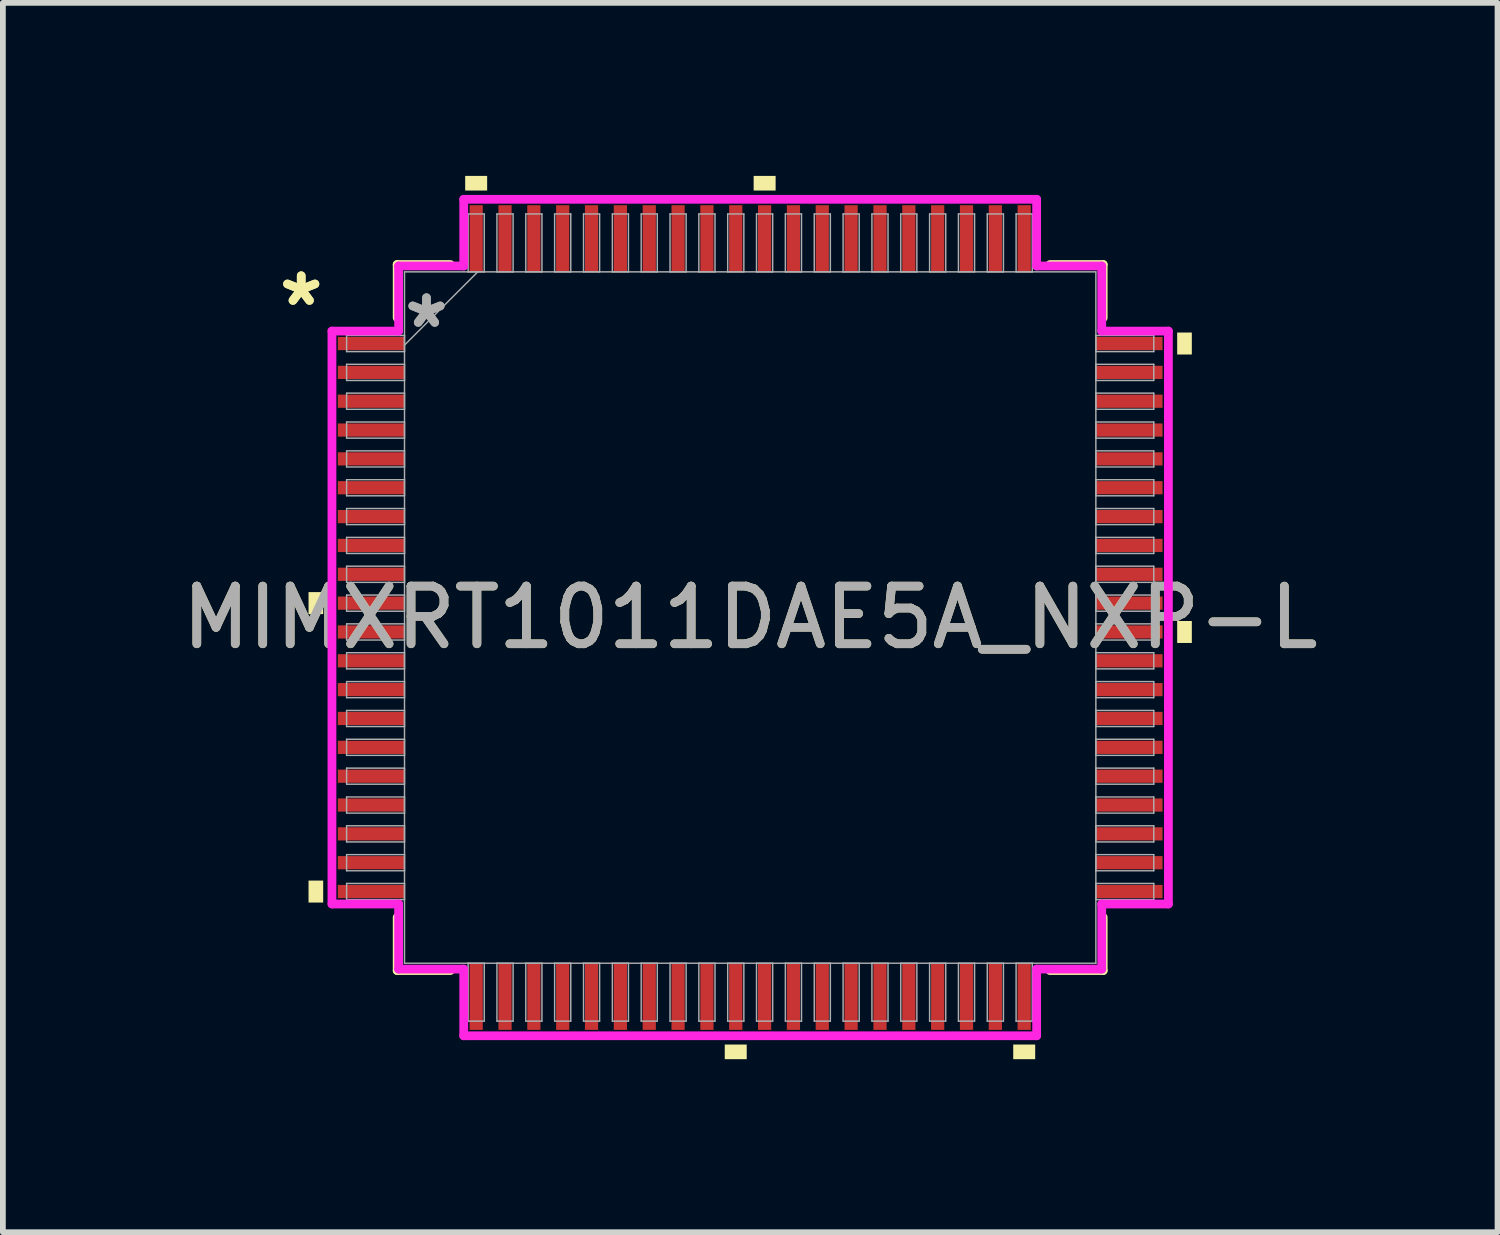
<source format=kicad_pcb>
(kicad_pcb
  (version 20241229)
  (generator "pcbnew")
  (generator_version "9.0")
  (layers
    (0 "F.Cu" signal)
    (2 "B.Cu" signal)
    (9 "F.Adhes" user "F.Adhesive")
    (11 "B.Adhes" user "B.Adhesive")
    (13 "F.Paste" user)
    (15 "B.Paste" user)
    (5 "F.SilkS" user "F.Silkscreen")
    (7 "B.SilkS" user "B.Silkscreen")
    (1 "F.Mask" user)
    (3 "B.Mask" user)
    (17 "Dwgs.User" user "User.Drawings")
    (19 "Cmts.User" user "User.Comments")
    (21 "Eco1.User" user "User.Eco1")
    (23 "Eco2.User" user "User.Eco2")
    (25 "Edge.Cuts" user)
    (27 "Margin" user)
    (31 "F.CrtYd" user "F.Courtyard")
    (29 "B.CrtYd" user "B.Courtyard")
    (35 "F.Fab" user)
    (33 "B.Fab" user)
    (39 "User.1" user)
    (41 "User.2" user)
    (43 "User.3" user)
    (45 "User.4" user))
  (footprint "MIMXRT1011DAE5A_NXP-L"
    (layer "F.Cu")
    (at 9.958 7.658)
    (property "Reference" "MIMXRT1011DAE5A_NXP-L" (at 0 0 0) (unlocked yes) (layer "F.SilkS") (effects (font (size 1 1) (thickness 0.15))))
    (attr smd)
    (fp_line (start -6.121 -6.121) (end -6.121 -5.198) (stroke (width 0.152) (type solid)) (layer "F.SilkS"))
    (fp_line (start -6.121 5.198) (end -6.121 6.121) (stroke (width 0.152) (type solid)) (layer "F.SilkS"))
    (fp_line (start -6.121 6.121) (end -5.198 6.121) (stroke (width 0.152) (type solid)) (layer "F.SilkS"))
    (fp_line (start -5.198 -6.121) (end -6.121 -6.121) (stroke (width 0.152) (type solid)) (layer "F.SilkS"))
    (fp_line (start 5.198 6.121) (end 6.121 6.121) (stroke (width 0.152) (type solid)) (layer "F.SilkS"))
    (fp_line (start 6.121 -6.121) (end 5.198 -6.121) (stroke (width 0.152) (type solid)) (layer "F.SilkS"))
    (fp_line (start 6.121 -5.198) (end 6.121 -6.121) (stroke (width 0.152) (type solid)) (layer "F.SilkS"))
    (fp_line (start 6.121 6.121) (end 6.121 5.198) (stroke (width 0.152) (type solid)) (layer "F.SilkS"))
    (fp_poly (pts (xy -7.658 -0.441) (xy -7.658 -0.06) (xy -7.404 -0.06) (xy -7.404 -0.441)) (stroke (width 0) (type solid)) (fill yes) (layer "F.SilkS"))
    (fp_poly (pts (xy -7.658 4.561) (xy -7.658 4.942) (xy -7.404 4.942) (xy -7.404 4.561)) (stroke (width 0) (type solid)) (fill yes) (layer "F.SilkS"))
    (fp_poly (pts (xy -4.942 -7.404) (xy -4.942 -7.658) (xy -4.561 -7.658) (xy -4.561 -7.404)) (stroke (width 0) (type solid)) (fill yes) (layer "F.SilkS"))
    (fp_poly (pts (xy -0.441 7.404) (xy -0.441 7.658) (xy -0.06 7.658) (xy -0.06 7.404)) (stroke (width 0) (type solid)) (fill yes) (layer "F.SilkS"))
    (fp_poly (pts (xy 0.06 -7.404) (xy 0.06 -7.658) (xy 0.441 -7.658) (xy 0.441 -7.404)) (stroke (width 0) (type solid)) (fill yes) (layer "F.SilkS"))
    (fp_poly (pts (xy 4.561 7.404) (xy 4.561 7.658) (xy 4.942 7.658) (xy 4.942 7.404)) (stroke (width 0) (type solid)) (fill yes) (layer "F.SilkS"))
    (fp_poly (pts (xy 7.658 -4.942) (xy 7.658 -4.561) (xy 7.404 -4.561) (xy 7.404 -4.942)) (stroke (width 0) (type solid)) (fill yes) (layer "F.SilkS"))
    (fp_poly (pts (xy 7.658 0.06) (xy 7.658 0.441) (xy 7.404 0.441) (xy 7.404 0.06)) (stroke (width 0) (type solid)) (fill yes) (layer "F.SilkS"))
    (fp_line (start -7.252 -4.967) (end -6.096 -4.967) (stroke (width 0.152) (type solid)) (layer "F.CrtYd"))
    (fp_line (start -7.252 4.967) (end -7.252 -4.967) (stroke (width 0.152) (type solid)) (layer "F.CrtYd"))
    (fp_line (start -6.096 -6.096) (end -4.967 -6.096) (stroke (width 0.152) (type solid)) (layer "F.CrtYd"))
    (fp_line (start -6.096 -4.967) (end -6.096 -6.096) (stroke (width 0.152) (type solid)) (layer "F.CrtYd"))
    (fp_line (start -6.096 4.967) (end -7.252 4.967) (stroke (width 0.152) (type solid)) (layer "F.CrtYd"))
    (fp_line (start -6.096 6.096) (end -6.096 4.967) (stroke (width 0.152) (type solid)) (layer "F.CrtYd"))
    (fp_line (start -6.096 6.096) (end -4.967 6.096) (stroke (width 0.152) (type solid)) (layer "F.CrtYd"))
    (fp_line (start -4.967 -7.252) (end 4.967 -7.252) (stroke (width 0.152) (type solid)) (layer "F.CrtYd"))
    (fp_line (start -4.967 -6.096) (end -4.967 -7.252) (stroke (width 0.152) (type solid)) (layer "F.CrtYd"))
    (fp_line (start -4.967 6.096) (end -4.967 7.252) (stroke (width 0.152) (type solid)) (layer "F.CrtYd"))
    (fp_line (start -4.967 7.252) (end 4.967 7.252) (stroke (width 0.152) (type solid)) (layer "F.CrtYd"))
    (fp_line (start 4.967 -7.252) (end 4.967 -6.096) (stroke (width 0.152) (type solid)) (layer "F.CrtYd"))
    (fp_line (start 4.967 -6.096) (end 6.096 -6.096) (stroke (width 0.152) (type solid)) (layer "F.CrtYd"))
    (fp_line (start 4.967 6.096) (end 6.096 6.096) (stroke (width 0.152) (type solid)) (layer "F.CrtYd"))
    (fp_line (start 4.967 7.252) (end 4.967 6.096) (stroke (width 0.152) (type solid)) (layer "F.CrtYd"))
    (fp_line (start 6.096 -4.967) (end 6.096 -6.096) (stroke (width 0.152) (type solid)) (layer "F.CrtYd"))
    (fp_line (start 6.096 4.967) (end 7.252 4.967) (stroke (width 0.152) (type solid)) (layer "F.CrtYd"))
    (fp_line (start 6.096 6.096) (end 6.096 4.967) (stroke (width 0.152) (type solid)) (layer "F.CrtYd"))
    (fp_line (start 7.252 -4.967) (end 6.096 -4.967) (stroke (width 0.152) (type solid)) (layer "F.CrtYd"))
    (fp_line (start 7.252 4.967) (end 7.252 -4.967) (stroke (width 0.152) (type solid)) (layer "F.CrtYd"))
    (fp_line (start -6.998 -4.891) (end -6.998 -4.611) (stroke (width 0.025) (type solid)) (layer "F.Fab"))
    (fp_line (start -6.998 -4.611) (end -5.994 -4.611) (stroke (width 0.025) (type solid)) (layer "F.Fab"))
    (fp_line (start -6.998 -4.391) (end -6.998 -4.111) (stroke (width 0.025) (type solid)) (layer "F.Fab"))
    (fp_line (start -6.998 -4.111) (end -5.994 -4.111) (stroke (width 0.025) (type solid)) (layer "F.Fab"))
    (fp_line (start -6.998 -3.891) (end -6.998 -3.611) (stroke (width 0.025) (type solid)) (layer "F.Fab"))
    (fp_line (start -6.998 -3.611) (end -5.994 -3.611) (stroke (width 0.025) (type solid)) (layer "F.Fab"))
    (fp_line (start -6.998 -3.391) (end -6.998 -3.111) (stroke (width 0.025) (type solid)) (layer "F.Fab"))
    (fp_line (start -6.998 -3.111) (end -5.994 -3.111) (stroke (width 0.025) (type solid)) (layer "F.Fab"))
    (fp_line (start -6.998 -2.89) (end -6.998 -2.611) (stroke (width 0.025) (type solid)) (layer "F.Fab"))
    (fp_line (start -6.998 -2.611) (end -5.994 -2.611) (stroke (width 0.025) (type solid)) (layer "F.Fab"))
    (fp_line (start -6.998 -2.39) (end -6.998 -2.111) (stroke (width 0.025) (type solid)) (layer "F.Fab"))
    (fp_line (start -6.998 -2.111) (end -5.994 -2.111) (stroke (width 0.025) (type solid)) (layer "F.Fab"))
    (fp_line (start -6.998 -1.89) (end -6.998 -1.611) (stroke (width 0.025) (type solid)) (layer "F.Fab"))
    (fp_line (start -6.998 -1.611) (end -5.994 -1.611) (stroke (width 0.025) (type solid)) (layer "F.Fab"))
    (fp_line (start -6.998 -1.39) (end -6.998 -1.111) (stroke (width 0.025) (type solid)) (layer "F.Fab"))
    (fp_line (start -6.998 -1.111) (end -5.994 -1.111) (stroke (width 0.025) (type solid)) (layer "F.Fab"))
    (fp_line (start -6.998 -0.89) (end -6.998 -0.61) (stroke (width 0.025) (type solid)) (layer "F.Fab"))
    (fp_line (start -6.998 -0.61) (end -5.994 -0.61) (stroke (width 0.025) (type solid)) (layer "F.Fab"))
    (fp_line (start -6.998 -0.39) (end -6.998 -0.11) (stroke (width 0.025) (type solid)) (layer "F.Fab"))
    (fp_line (start -6.998 -0.11) (end -5.994 -0.11) (stroke (width 0.025) (type solid)) (layer "F.Fab"))
    (fp_line (start -6.998 0.11) (end -6.998 0.39) (stroke (width 0.025) (type solid)) (layer "F.Fab"))
    (fp_line (start -6.998 0.39) (end -5.994 0.39) (stroke (width 0.025) (type solid)) (layer "F.Fab"))
    (fp_line (start -6.998 0.61) (end -6.998 0.89) (stroke (width 0.025) (type solid)) (layer "F.Fab"))
    (fp_line (start -6.998 0.89) (end -5.994 0.89) (stroke (width 0.025) (type solid)) (layer "F.Fab"))
    (fp_line (start -6.998 1.111) (end -6.998 1.39) (stroke (width 0.025) (type solid)) (layer "F.Fab"))
    (fp_line (start -6.998 1.39) (end -5.994 1.39) (stroke (width 0.025) (type solid)) (layer "F.Fab"))
    (fp_line (start -6.998 1.611) (end -6.998 1.89) (stroke (width 0.025) (type solid)) (layer "F.Fab"))
    (fp_line (start -6.998 1.89) (end -5.994 1.89) (stroke (width 0.025) (type solid)) (layer "F.Fab"))
    (fp_line (start -6.998 2.111) (end -6.998 2.39) (stroke (width 0.025) (type solid)) (layer "F.Fab"))
    (fp_line (start -6.998 2.39) (end -5.994 2.39) (stroke (width 0.025) (type solid)) (layer "F.Fab"))
    (fp_line (start -6.998 2.611) (end -6.998 2.89) (stroke (width 0.025) (type solid)) (layer "F.Fab"))
    (fp_line (start -6.998 2.89) (end -5.994 2.89) (stroke (width 0.025) (type solid)) (layer "F.Fab"))
    (fp_line (start -6.998 3.111) (end -6.998 3.391) (stroke (width 0.025) (type solid)) (layer "F.Fab"))
    (fp_line (start -6.998 3.391) (end -5.994 3.391) (stroke (width 0.025) (type solid)) (layer "F.Fab"))
    (fp_line (start -6.998 3.611) (end -6.998 3.891) (stroke (width 0.025) (type solid)) (layer "F.Fab"))
    (fp_line (start -6.998 3.891) (end -5.994 3.891) (stroke (width 0.025) (type solid)) (layer "F.Fab"))
    (fp_line (start -6.998 4.111) (end -6.998 4.391) (stroke (width 0.025) (type solid)) (layer "F.Fab"))
    (fp_line (start -6.998 4.391) (end -5.994 4.391) (stroke (width 0.025) (type solid)) (layer "F.Fab"))
    (fp_line (start -6.998 4.611) (end -6.998 4.891) (stroke (width 0.025) (type solid)) (layer "F.Fab"))
    (fp_line (start -6.998 4.891) (end -5.994 4.891) (stroke (width 0.025) (type solid)) (layer "F.Fab"))
    (fp_line (start -5.994 -5.994) (end -5.994 5.994) (stroke (width 0.025) (type solid)) (layer "F.Fab"))
    (fp_line (start -5.994 -4.891) (end -6.998 -4.891) (stroke (width 0.025) (type solid)) (layer "F.Fab"))
    (fp_line (start -5.994 -4.724) (end -4.724 -5.994) (stroke (width 0.025) (type solid)) (layer "F.Fab"))
    (fp_line (start -5.994 -4.611) (end -5.994 -4.891) (stroke (width 0.025) (type solid)) (layer "F.Fab"))
    (fp_line (start -5.994 -4.391) (end -6.998 -4.391) (stroke (width 0.025) (type solid)) (layer "F.Fab"))
    (fp_line (start -5.994 -4.111) (end -5.994 -4.391) (stroke (width 0.025) (type solid)) (layer "F.Fab"))
    (fp_line (start -5.994 -3.891) (end -6.998 -3.891) (stroke (width 0.025) (type solid)) (layer "F.Fab"))
    (fp_line (start -5.994 -3.611) (end -5.994 -3.891) (stroke (width 0.025) (type solid)) (layer "F.Fab"))
    (fp_line (start -5.994 -3.391) (end -6.998 -3.391) (stroke (width 0.025) (type solid)) (layer "F.Fab"))
    (fp_line (start -5.994 -3.111) (end -5.994 -3.391) (stroke (width 0.025) (type solid)) (layer "F.Fab"))
    (fp_line (start -5.994 -2.89) (end -6.998 -2.89) (stroke (width 0.025) (type solid)) (layer "F.Fab"))
    (fp_line (start -5.994 -2.611) (end -5.994 -2.89) (stroke (width 0.025) (type solid)) (layer "F.Fab"))
    (fp_line (start -5.994 -2.39) (end -6.998 -2.39) (stroke (width 0.025) (type solid)) (layer "F.Fab"))
    (fp_line (start -5.994 -2.111) (end -5.994 -2.39) (stroke (width 0.025) (type solid)) (layer "F.Fab"))
    (fp_line (start -5.994 -1.89) (end -6.998 -1.89) (stroke (width 0.025) (type solid)) (layer "F.Fab"))
    (fp_line (start -5.994 -1.611) (end -5.994 -1.89) (stroke (width 0.025) (type solid)) (layer "F.Fab"))
    (fp_line (start -5.994 -1.39) (end -6.998 -1.39) (stroke (width 0.025) (type solid)) (layer "F.Fab"))
    (fp_line (start -5.994 -1.111) (end -5.994 -1.39) (stroke (width 0.025) (type solid)) (layer "F.Fab"))
    (fp_line (start -5.994 -0.89) (end -6.998 -0.89) (stroke (width 0.025) (type solid)) (layer "F.Fab"))
    (fp_line (start -5.994 -0.61) (end -5.994 -0.89) (stroke (width 0.025) (type solid)) (layer "F.Fab"))
    (fp_line (start -5.994 -0.39) (end -6.998 -0.39) (stroke (width 0.025) (type solid)) (layer "F.Fab"))
    (fp_line (start -5.994 -0.11) (end -5.994 -0.39) (stroke (width 0.025) (type solid)) (layer "F.Fab"))
    (fp_line (start -5.994 0.11) (end -6.998 0.11) (stroke (width 0.025) (type solid)) (layer "F.Fab"))
    (fp_line (start -5.994 0.39) (end -5.994 0.11) (stroke (width 0.025) (type solid)) (layer "F.Fab"))
    (fp_line (start -5.994 0.61) (end -6.998 0.61) (stroke (width 0.025) (type solid)) (layer "F.Fab"))
    (fp_line (start -5.994 0.89) (end -5.994 0.61) (stroke (width 0.025) (type solid)) (layer "F.Fab"))
    (fp_line (start -5.994 1.111) (end -6.998 1.111) (stroke (width 0.025) (type solid)) (layer "F.Fab"))
    (fp_line (start -5.994 1.39) (end -5.994 1.111) (stroke (width 0.025) (type solid)) (layer "F.Fab"))
    (fp_line (start -5.994 1.611) (end -6.998 1.611) (stroke (width 0.025) (type solid)) (layer "F.Fab"))
    (fp_line (start -5.994 1.89) (end -5.994 1.611) (stroke (width 0.025) (type solid)) (layer "F.Fab"))
    (fp_line (start -5.994 2.111) (end -6.998 2.111) (stroke (width 0.025) (type solid)) (layer "F.Fab"))
    (fp_line (start -5.994 2.39) (end -5.994 2.111) (stroke (width 0.025) (type solid)) (layer "F.Fab"))
    (fp_line (start -5.994 2.611) (end -6.998 2.611) (stroke (width 0.025) (type solid)) (layer "F.Fab"))
    (fp_line (start -5.994 2.89) (end -5.994 2.611) (stroke (width 0.025) (type solid)) (layer "F.Fab"))
    (fp_line (start -5.994 3.111) (end -6.998 3.111) (stroke (width 0.025) (type solid)) (layer "F.Fab"))
    (fp_line (start -5.994 3.391) (end -5.994 3.111) (stroke (width 0.025) (type solid)) (layer "F.Fab"))
    (fp_line (start -5.994 3.611) (end -6.998 3.611) (stroke (width 0.025) (type solid)) (layer "F.Fab"))
    (fp_line (start -5.994 3.891) (end -5.994 3.611) (stroke (width 0.025) (type solid)) (layer "F.Fab"))
    (fp_line (start -5.994 4.111) (end -6.998 4.111) (stroke (width 0.025) (type solid)) (layer "F.Fab"))
    (fp_line (start -5.994 4.391) (end -5.994 4.111) (stroke (width 0.025) (type solid)) (layer "F.Fab"))
    (fp_line (start -5.994 4.611) (end -6.998 4.611) (stroke (width 0.025) (type solid)) (layer "F.Fab"))
    (fp_line (start -5.994 4.891) (end -5.994 4.611) (stroke (width 0.025) (type solid)) (layer "F.Fab"))
    (fp_line (start -5.994 5.994) (end 5.994 5.994) (stroke (width 0.025) (type solid)) (layer "F.Fab"))
    (fp_line (start -4.891 -6.998) (end -4.891 -5.994) (stroke (width 0.025) (type solid)) (layer "F.Fab"))
    (fp_line (start -4.891 -5.994) (end -4.611 -5.994) (stroke (width 0.025) (type solid)) (layer "F.Fab"))
    (fp_line (start -4.891 5.994) (end -4.891 6.998) (stroke (width 0.025) (type solid)) (layer "F.Fab"))
    (fp_line (start -4.891 6.998) (end -4.611 6.998) (stroke (width 0.025) (type solid)) (layer "F.Fab"))
    (fp_line (start -4.611 -6.998) (end -4.891 -6.998) (stroke (width 0.025) (type solid)) (layer "F.Fab"))
    (fp_line (start -4.611 -5.994) (end -4.611 -6.998) (stroke (width 0.025) (type solid)) (layer "F.Fab"))
    (fp_line (start -4.611 5.994) (end -4.891 5.994) (stroke (width 0.025) (type solid)) (layer "F.Fab"))
    (fp_line (start -4.611 6.998) (end -4.611 5.994) (stroke (width 0.025) (type solid)) (layer "F.Fab"))
    (fp_line (start -4.391 -6.998) (end -4.391 -5.994) (stroke (width 0.025) (type solid)) (layer "F.Fab"))
    (fp_line (start -4.391 -5.994) (end -4.111 -5.994) (stroke (width 0.025) (type solid)) (layer "F.Fab"))
    (fp_line (start -4.391 5.994) (end -4.391 6.998) (stroke (width 0.025) (type solid)) (layer "F.Fab"))
    (fp_line (start -4.391 6.998) (end -4.111 6.998) (stroke (width 0.025) (type solid)) (layer "F.Fab"))
    (fp_line (start -4.111 -6.998) (end -4.391 -6.998) (stroke (width 0.025) (type solid)) (layer "F.Fab"))
    (fp_line (start -4.111 -5.994) (end -4.111 -6.998) (stroke (width 0.025) (type solid)) (layer "F.Fab"))
    (fp_line (start -4.111 5.994) (end -4.391 5.994) (stroke (width 0.025) (type solid)) (layer "F.Fab"))
    (fp_line (start -4.111 6.998) (end -4.111 5.994) (stroke (width 0.025) (type solid)) (layer "F.Fab"))
    (fp_line (start -3.891 -6.998) (end -3.891 -5.994) (stroke (width 0.025) (type solid)) (layer "F.Fab"))
    (fp_line (start -3.891 -5.994) (end -3.611 -5.994) (stroke (width 0.025) (type solid)) (layer "F.Fab"))
    (fp_line (start -3.891 5.994) (end -3.891 6.998) (stroke (width 0.025) (type solid)) (layer "F.Fab"))
    (fp_line (start -3.891 6.998) (end -3.611 6.998) (stroke (width 0.025) (type solid)) (layer "F.Fab"))
    (fp_line (start -3.611 -6.998) (end -3.891 -6.998) (stroke (width 0.025) (type solid)) (layer "F.Fab"))
    (fp_line (start -3.611 -5.994) (end -3.611 -6.998) (stroke (width 0.025) (type solid)) (layer "F.Fab"))
    (fp_line (start -3.611 5.994) (end -3.891 5.994) (stroke (width 0.025) (type solid)) (layer "F.Fab"))
    (fp_line (start -3.611 6.998) (end -3.611 5.994) (stroke (width 0.025) (type solid)) (layer "F.Fab"))
    (fp_line (start -3.391 -6.998) (end -3.391 -5.994) (stroke (width 0.025) (type solid)) (layer "F.Fab"))
    (fp_line (start -3.391 -5.994) (end -3.111 -5.994) (stroke (width 0.025) (type solid)) (layer "F.Fab"))
    (fp_line (start -3.391 5.994) (end -3.391 6.998) (stroke (width 0.025) (type solid)) (layer "F.Fab"))
    (fp_line (start -3.391 6.998) (end -3.111 6.998) (stroke (width 0.025) (type solid)) (layer "F.Fab"))
    (fp_line (start -3.111 -6.998) (end -3.391 -6.998) (stroke (width 0.025) (type solid)) (layer "F.Fab"))
    (fp_line (start -3.111 -5.994) (end -3.111 -6.998) (stroke (width 0.025) (type solid)) (layer "F.Fab"))
    (fp_line (start -3.111 5.994) (end -3.391 5.994) (stroke (width 0.025) (type solid)) (layer "F.Fab"))
    (fp_line (start -3.111 6.998) (end -3.111 5.994) (stroke (width 0.025) (type solid)) (layer "F.Fab"))
    (fp_line (start -2.89 -6.998) (end -2.89 -5.994) (stroke (width 0.025) (type solid)) (layer "F.Fab"))
    (fp_line (start -2.89 -5.994) (end -2.611 -5.994) (stroke (width 0.025) (type solid)) (layer "F.Fab"))
    (fp_line (start -2.89 5.994) (end -2.89 6.998) (stroke (width 0.025) (type solid)) (layer "F.Fab"))
    (fp_line (start -2.89 6.998) (end -2.611 6.998) (stroke (width 0.025) (type solid)) (layer "F.Fab"))
    (fp_line (start -2.611 -6.998) (end -2.89 -6.998) (stroke (width 0.025) (type solid)) (layer "F.Fab"))
    (fp_line (start -2.611 -5.994) (end -2.611 -6.998) (stroke (width 0.025) (type solid)) (layer "F.Fab"))
    (fp_line (start -2.611 5.994) (end -2.89 5.994) (stroke (width 0.025) (type solid)) (layer "F.Fab"))
    (fp_line (start -2.611 6.998) (end -2.611 5.994) (stroke (width 0.025) (type solid)) (layer "F.Fab"))
    (fp_line (start -2.39 -6.998) (end -2.39 -5.994) (stroke (width 0.025) (type solid)) (layer "F.Fab"))
    (fp_line (start -2.39 -5.994) (end -2.111 -5.994) (stroke (width 0.025) (type solid)) (layer "F.Fab"))
    (fp_line (start -2.39 5.994) (end -2.39 6.998) (stroke (width 0.025) (type solid)) (layer "F.Fab"))
    (fp_line (start -2.39 6.998) (end -2.111 6.998) (stroke (width 0.025) (type solid)) (layer "F.Fab"))
    (fp_line (start -2.111 -6.998) (end -2.39 -6.998) (stroke (width 0.025) (type solid)) (layer "F.Fab"))
    (fp_line (start -2.111 -5.994) (end -2.111 -6.998) (stroke (width 0.025) (type solid)) (layer "F.Fab"))
    (fp_line (start -2.111 5.994) (end -2.39 5.994) (stroke (width 0.025) (type solid)) (layer "F.Fab"))
    (fp_line (start -2.111 6.998) (end -2.111 5.994) (stroke (width 0.025) (type solid)) (layer "F.Fab"))
    (fp_line (start -1.89 -6.998) (end -1.89 -5.994) (stroke (width 0.025) (type solid)) (layer "F.Fab"))
    (fp_line (start -1.89 -5.994) (end -1.611 -5.994) (stroke (width 0.025) (type solid)) (layer "F.Fab"))
    (fp_line (start -1.89 5.994) (end -1.89 6.998) (stroke (width 0.025) (type solid)) (layer "F.Fab"))
    (fp_line (start -1.89 6.998) (end -1.611 6.998) (stroke (width 0.025) (type solid)) (layer "F.Fab"))
    (fp_line (start -1.611 -6.998) (end -1.89 -6.998) (stroke (width 0.025) (type solid)) (layer "F.Fab"))
    (fp_line (start -1.611 -5.994) (end -1.611 -6.998) (stroke (width 0.025) (type solid)) (layer "F.Fab"))
    (fp_line (start -1.611 5.994) (end -1.89 5.994) (stroke (width 0.025) (type solid)) (layer "F.Fab"))
    (fp_line (start -1.611 6.998) (end -1.611 5.994) (stroke (width 0.025) (type solid)) (layer "F.Fab"))
    (fp_line (start -1.39 -6.998) (end -1.39 -5.994) (stroke (width 0.025) (type solid)) (layer "F.Fab"))
    (fp_line (start -1.39 -5.994) (end -1.111 -5.994) (stroke (width 0.025) (type solid)) (layer "F.Fab"))
    (fp_line (start -1.39 5.994) (end -1.39 6.998) (stroke (width 0.025) (type solid)) (layer "F.Fab"))
    (fp_line (start -1.39 6.998) (end -1.111 6.998) (stroke (width 0.025) (type solid)) (layer "F.Fab"))
    (fp_line (start -1.111 -6.998) (end -1.39 -6.998) (stroke (width 0.025) (type solid)) (layer "F.Fab"))
    (fp_line (start -1.111 -5.994) (end -1.111 -6.998) (stroke (width 0.025) (type solid)) (layer "F.Fab"))
    (fp_line (start -1.111 5.994) (end -1.39 5.994) (stroke (width 0.025) (type solid)) (layer "F.Fab"))
    (fp_line (start -1.111 6.998) (end -1.111 5.994) (stroke (width 0.025) (type solid)) (layer "F.Fab"))
    (fp_line (start -0.89 -6.998) (end -0.89 -5.994) (stroke (width 0.025) (type solid)) (layer "F.Fab"))
    (fp_line (start -0.89 -5.994) (end -0.61 -5.994) (stroke (width 0.025) (type solid)) (layer "F.Fab"))
    (fp_line (start -0.89 5.994) (end -0.89 6.998) (stroke (width 0.025) (type solid)) (layer "F.Fab"))
    (fp_line (start -0.89 6.998) (end -0.61 6.998) (stroke (width 0.025) (type solid)) (layer "F.Fab"))
    (fp_line (start -0.61 -6.998) (end -0.89 -6.998) (stroke (width 0.025) (type solid)) (layer "F.Fab"))
    (fp_line (start -0.61 -5.994) (end -0.61 -6.998) (stroke (width 0.025) (type solid)) (layer "F.Fab"))
    (fp_line (start -0.61 5.994) (end -0.89 5.994) (stroke (width 0.025) (type solid)) (layer "F.Fab"))
    (fp_line (start -0.61 6.998) (end -0.61 5.994) (stroke (width 0.025) (type solid)) (layer "F.Fab"))
    (fp_line (start -0.39 -6.998) (end -0.39 -5.994) (stroke (width 0.025) (type solid)) (layer "F.Fab"))
    (fp_line (start -0.39 -5.994) (end -0.11 -5.994) (stroke (width 0.025) (type solid)) (layer "F.Fab"))
    (fp_line (start -0.39 5.994) (end -0.39 6.998) (stroke (width 0.025) (type solid)) (layer "F.Fab"))
    (fp_line (start -0.39 6.998) (end -0.11 6.998) (stroke (width 0.025) (type solid)) (layer "F.Fab"))
    (fp_line (start -0.11 -6.998) (end -0.39 -6.998) (stroke (width 0.025) (type solid)) (layer "F.Fab"))
    (fp_line (start -0.11 -5.994) (end -0.11 -6.998) (stroke (width 0.025) (type solid)) (layer "F.Fab"))
    (fp_line (start -0.11 5.994) (end -0.39 5.994) (stroke (width 0.025) (type solid)) (layer "F.Fab"))
    (fp_line (start -0.11 6.998) (end -0.11 5.994) (stroke (width 0.025) (type solid)) (layer "F.Fab"))
    (fp_line (start 0.11 -6.998) (end 0.11 -5.994) (stroke (width 0.025) (type solid)) (layer "F.Fab"))
    (fp_line (start 0.11 -5.994) (end 0.39 -5.994) (stroke (width 0.025) (type solid)) (layer "F.Fab"))
    (fp_line (start 0.11 5.994) (end 0.11 6.998) (stroke (width 0.025) (type solid)) (layer "F.Fab"))
    (fp_line (start 0.11 6.998) (end 0.39 6.998) (stroke (width 0.025) (type solid)) (layer "F.Fab"))
    (fp_line (start 0.39 -6.998) (end 0.11 -6.998) (stroke (width 0.025) (type solid)) (layer "F.Fab"))
    (fp_line (start 0.39 -5.994) (end 0.39 -6.998) (stroke (width 0.025) (type solid)) (layer "F.Fab"))
    (fp_line (start 0.39 5.994) (end 0.11 5.994) (stroke (width 0.025) (type solid)) (layer "F.Fab"))
    (fp_line (start 0.39 6.998) (end 0.39 5.994) (stroke (width 0.025) (type solid)) (layer "F.Fab"))
    (fp_line (start 0.61 -6.998) (end 0.61 -5.994) (stroke (width 0.025) (type solid)) (layer "F.Fab"))
    (fp_line (start 0.61 -5.994) (end 0.89 -5.994) (stroke (width 0.025) (type solid)) (layer "F.Fab"))
    (fp_line (start 0.61 5.994) (end 0.61 6.998) (stroke (width 0.025) (type solid)) (layer "F.Fab"))
    (fp_line (start 0.61 6.998) (end 0.89 6.998) (stroke (width 0.025) (type solid)) (layer "F.Fab"))
    (fp_line (start 0.89 -6.998) (end 0.61 -6.998) (stroke (width 0.025) (type solid)) (layer "F.Fab"))
    (fp_line (start 0.89 -5.994) (end 0.89 -6.998) (stroke (width 0.025) (type solid)) (layer "F.Fab"))
    (fp_line (start 0.89 5.994) (end 0.61 5.994) (stroke (width 0.025) (type solid)) (layer "F.Fab"))
    (fp_line (start 0.89 6.998) (end 0.89 5.994) (stroke (width 0.025) (type solid)) (layer "F.Fab"))
    (fp_line (start 1.111 -6.998) (end 1.111 -5.994) (stroke (width 0.025) (type solid)) (layer "F.Fab"))
    (fp_line (start 1.111 -5.994) (end 1.39 -5.994) (stroke (width 0.025) (type solid)) (layer "F.Fab"))
    (fp_line (start 1.111 5.994) (end 1.111 6.998) (stroke (width 0.025) (type solid)) (layer "F.Fab"))
    (fp_line (start 1.111 6.998) (end 1.39 6.998) (stroke (width 0.025) (type solid)) (layer "F.Fab"))
    (fp_line (start 1.39 -6.998) (end 1.111 -6.998) (stroke (width 0.025) (type solid)) (layer "F.Fab"))
    (fp_line (start 1.39 -5.994) (end 1.39 -6.998) (stroke (width 0.025) (type solid)) (layer "F.Fab"))
    (fp_line (start 1.39 5.994) (end 1.111 5.994) (stroke (width 0.025) (type solid)) (layer "F.Fab"))
    (fp_line (start 1.39 6.998) (end 1.39 5.994) (stroke (width 0.025) (type solid)) (layer "F.Fab"))
    (fp_line (start 1.611 -6.998) (end 1.611 -5.994) (stroke (width 0.025) (type solid)) (layer "F.Fab"))
    (fp_line (start 1.611 -5.994) (end 1.89 -5.994) (stroke (width 0.025) (type solid)) (layer "F.Fab"))
    (fp_line (start 1.611 5.994) (end 1.611 6.998) (stroke (width 0.025) (type solid)) (layer "F.Fab"))
    (fp_line (start 1.611 6.998) (end 1.89 6.998) (stroke (width 0.025) (type solid)) (layer "F.Fab"))
    (fp_line (start 1.89 -6.998) (end 1.611 -6.998) (stroke (width 0.025) (type solid)) (layer "F.Fab"))
    (fp_line (start 1.89 -5.994) (end 1.89 -6.998) (stroke (width 0.025) (type solid)) (layer "F.Fab"))
    (fp_line (start 1.89 5.994) (end 1.611 5.994) (stroke (width 0.025) (type solid)) (layer "F.Fab"))
    (fp_line (start 1.89 6.998) (end 1.89 5.994) (stroke (width 0.025) (type solid)) (layer "F.Fab"))
    (fp_line (start 2.111 -6.998) (end 2.111 -5.994) (stroke (width 0.025) (type solid)) (layer "F.Fab"))
    (fp_line (start 2.111 -5.994) (end 2.39 -5.994) (stroke (width 0.025) (type solid)) (layer "F.Fab"))
    (fp_line (start 2.111 5.994) (end 2.111 6.998) (stroke (width 0.025) (type solid)) (layer "F.Fab"))
    (fp_line (start 2.111 6.998) (end 2.39 6.998) (stroke (width 0.025) (type solid)) (layer "F.Fab"))
    (fp_line (start 2.39 -6.998) (end 2.111 -6.998) (stroke (width 0.025) (type solid)) (layer "F.Fab"))
    (fp_line (start 2.39 -5.994) (end 2.39 -6.998) (stroke (width 0.025) (type solid)) (layer "F.Fab"))
    (fp_line (start 2.39 5.994) (end 2.111 5.994) (stroke (width 0.025) (type solid)) (layer "F.Fab"))
    (fp_line (start 2.39 6.998) (end 2.39 5.994) (stroke (width 0.025) (type solid)) (layer "F.Fab"))
    (fp_line (start 2.611 -6.998) (end 2.611 -5.994) (stroke (width 0.025) (type solid)) (layer "F.Fab"))
    (fp_line (start 2.611 -5.994) (end 2.89 -5.994) (stroke (width 0.025) (type solid)) (layer "F.Fab"))
    (fp_line (start 2.611 5.994) (end 2.611 6.998) (stroke (width 0.025) (type solid)) (layer "F.Fab"))
    (fp_line (start 2.611 6.998) (end 2.89 6.998) (stroke (width 0.025) (type solid)) (layer "F.Fab"))
    (fp_line (start 2.89 -6.998) (end 2.611 -6.998) (stroke (width 0.025) (type solid)) (layer "F.Fab"))
    (fp_line (start 2.89 -5.994) (end 2.89 -6.998) (stroke (width 0.025) (type solid)) (layer "F.Fab"))
    (fp_line (start 2.89 5.994) (end 2.611 5.994) (stroke (width 0.025) (type solid)) (layer "F.Fab"))
    (fp_line (start 2.89 6.998) (end 2.89 5.994) (stroke (width 0.025) (type solid)) (layer "F.Fab"))
    (fp_line (start 3.111 -6.998) (end 3.111 -5.994) (stroke (width 0.025) (type solid)) (layer "F.Fab"))
    (fp_line (start 3.111 -5.994) (end 3.391 -5.994) (stroke (width 0.025) (type solid)) (layer "F.Fab"))
    (fp_line (start 3.111 5.994) (end 3.111 6.998) (stroke (width 0.025) (type solid)) (layer "F.Fab"))
    (fp_line (start 3.111 6.998) (end 3.391 6.998) (stroke (width 0.025) (type solid)) (layer "F.Fab"))
    (fp_line (start 3.391 -6.998) (end 3.111 -6.998) (stroke (width 0.025) (type solid)) (layer "F.Fab"))
    (fp_line (start 3.391 -5.994) (end 3.391 -6.998) (stroke (width 0.025) (type solid)) (layer "F.Fab"))
    (fp_line (start 3.391 5.994) (end 3.111 5.994) (stroke (width 0.025) (type solid)) (layer "F.Fab"))
    (fp_line (start 3.391 6.998) (end 3.391 5.994) (stroke (width 0.025) (type solid)) (layer "F.Fab"))
    (fp_line (start 3.611 -6.998) (end 3.611 -5.994) (stroke (width 0.025) (type solid)) (layer "F.Fab"))
    (fp_line (start 3.611 -5.994) (end 3.891 -5.994) (stroke (width 0.025) (type solid)) (layer "F.Fab"))
    (fp_line (start 3.611 5.994) (end 3.611 6.998) (stroke (width 0.025) (type solid)) (layer "F.Fab"))
    (fp_line (start 3.611 6.998) (end 3.891 6.998) (stroke (width 0.025) (type solid)) (layer "F.Fab"))
    (fp_line (start 3.891 -6.998) (end 3.611 -6.998) (stroke (width 0.025) (type solid)) (layer "F.Fab"))
    (fp_line (start 3.891 -5.994) (end 3.891 -6.998) (stroke (width 0.025) (type solid)) (layer "F.Fab"))
    (fp_line (start 3.891 5.994) (end 3.611 5.994) (stroke (width 0.025) (type solid)) (layer "F.Fab"))
    (fp_line (start 3.891 6.998) (end 3.891 5.994) (stroke (width 0.025) (type solid)) (layer "F.Fab"))
    (fp_line (start 4.111 -6.998) (end 4.111 -5.994) (stroke (width 0.025) (type solid)) (layer "F.Fab"))
    (fp_line (start 4.111 -5.994) (end 4.391 -5.994) (stroke (width 0.025) (type solid)) (layer "F.Fab"))
    (fp_line (start 4.111 5.994) (end 4.111 6.998) (stroke (width 0.025) (type solid)) (layer "F.Fab"))
    (fp_line (start 4.111 6.998) (end 4.391 6.998) (stroke (width 0.025) (type solid)) (layer "F.Fab"))
    (fp_line (start 4.391 -6.998) (end 4.111 -6.998) (stroke (width 0.025) (type solid)) (layer "F.Fab"))
    (fp_line (start 4.391 -5.994) (end 4.391 -6.998) (stroke (width 0.025) (type solid)) (layer "F.Fab"))
    (fp_line (start 4.391 5.994) (end 4.111 5.994) (stroke (width 0.025) (type solid)) (layer "F.Fab"))
    (fp_line (start 4.391 6.998) (end 4.391 5.994) (stroke (width 0.025) (type solid)) (layer "F.Fab"))
    (fp_line (start 4.611 -6.998) (end 4.611 -5.994) (stroke (width 0.025) (type solid)) (layer "F.Fab"))
    (fp_line (start 4.611 -5.994) (end 4.891 -5.994) (stroke (width 0.025) (type solid)) (layer "F.Fab"))
    (fp_line (start 4.611 5.994) (end 4.611 6.998) (stroke (width 0.025) (type solid)) (layer "F.Fab"))
    (fp_line (start 4.611 6.998) (end 4.891 6.998) (stroke (width 0.025) (type solid)) (layer "F.Fab"))
    (fp_line (start 4.891 -6.998) (end 4.611 -6.998) (stroke (width 0.025) (type solid)) (layer "F.Fab"))
    (fp_line (start 4.891 -5.994) (end 4.891 -6.998) (stroke (width 0.025) (type solid)) (layer "F.Fab"))
    (fp_line (start 4.891 5.994) (end 4.611 5.994) (stroke (width 0.025) (type solid)) (layer "F.Fab"))
    (fp_line (start 4.891 6.998) (end 4.891 5.994) (stroke (width 0.025) (type solid)) (layer "F.Fab"))
    (fp_line (start 5.994 -5.994) (end -5.994 -5.994) (stroke (width 0.025) (type solid)) (layer "F.Fab"))
    (fp_line (start 5.994 -4.891) (end 5.994 -4.611) (stroke (width 0.025) (type solid)) (layer "F.Fab"))
    (fp_line (start 5.994 -4.611) (end 6.998 -4.611) (stroke (width 0.025) (type solid)) (layer "F.Fab"))
    (fp_line (start 5.994 -4.391) (end 5.994 -4.111) (stroke (width 0.025) (type solid)) (layer "F.Fab"))
    (fp_line (start 5.994 -4.111) (end 6.998 -4.111) (stroke (width 0.025) (type solid)) (layer "F.Fab"))
    (fp_line (start 5.994 -3.891) (end 5.994 -3.611) (stroke (width 0.025) (type solid)) (layer "F.Fab"))
    (fp_line (start 5.994 -3.611) (end 6.998 -3.611) (stroke (width 0.025) (type solid)) (layer "F.Fab"))
    (fp_line (start 5.994 -3.391) (end 5.994 -3.111) (stroke (width 0.025) (type solid)) (layer "F.Fab"))
    (fp_line (start 5.994 -3.111) (end 6.998 -3.111) (stroke (width 0.025) (type solid)) (layer "F.Fab"))
    (fp_line (start 5.994 -2.89) (end 5.994 -2.611) (stroke (width 0.025) (type solid)) (layer "F.Fab"))
    (fp_line (start 5.994 -2.611) (end 6.998 -2.611) (stroke (width 0.025) (type solid)) (layer "F.Fab"))
    (fp_line (start 5.994 -2.39) (end 5.994 -2.111) (stroke (width 0.025) (type solid)) (layer "F.Fab"))
    (fp_line (start 5.994 -2.111) (end 6.998 -2.111) (stroke (width 0.025) (type solid)) (layer "F.Fab"))
    (fp_line (start 5.994 -1.89) (end 5.994 -1.611) (stroke (width 0.025) (type solid)) (layer "F.Fab"))
    (fp_line (start 5.994 -1.611) (end 6.998 -1.611) (stroke (width 0.025) (type solid)) (layer "F.Fab"))
    (fp_line (start 5.994 -1.39) (end 5.994 -1.111) (stroke (width 0.025) (type solid)) (layer "F.Fab"))
    (fp_line (start 5.994 -1.111) (end 6.998 -1.111) (stroke (width 0.025) (type solid)) (layer "F.Fab"))
    (fp_line (start 5.994 -0.89) (end 5.994 -0.61) (stroke (width 0.025) (type solid)) (layer "F.Fab"))
    (fp_line (start 5.994 -0.61) (end 6.998 -0.61) (stroke (width 0.025) (type solid)) (layer "F.Fab"))
    (fp_line (start 5.994 -0.39) (end 5.994 -0.11) (stroke (width 0.025) (type solid)) (layer "F.Fab"))
    (fp_line (start 5.994 -0.11) (end 6.998 -0.11) (stroke (width 0.025) (type solid)) (layer "F.Fab"))
    (fp_line (start 5.994 0.11) (end 5.994 0.39) (stroke (width 0.025) (type solid)) (layer "F.Fab"))
    (fp_line (start 5.994 0.39) (end 6.998 0.39) (stroke (width 0.025) (type solid)) (layer "F.Fab"))
    (fp_line (start 5.994 0.61) (end 5.994 0.89) (stroke (width 0.025) (type solid)) (layer "F.Fab"))
    (fp_line (start 5.994 0.89) (end 6.998 0.89) (stroke (width 0.025) (type solid)) (layer "F.Fab"))
    (fp_line (start 5.994 1.111) (end 5.994 1.39) (stroke (width 0.025) (type solid)) (layer "F.Fab"))
    (fp_line (start 5.994 1.39) (end 6.998 1.39) (stroke (width 0.025) (type solid)) (layer "F.Fab"))
    (fp_line (start 5.994 1.611) (end 5.994 1.89) (stroke (width 0.025) (type solid)) (layer "F.Fab"))
    (fp_line (start 5.994 1.89) (end 6.998 1.89) (stroke (width 0.025) (type solid)) (layer "F.Fab"))
    (fp_line (start 5.994 2.111) (end 5.994 2.39) (stroke (width 0.025) (type solid)) (layer "F.Fab"))
    (fp_line (start 5.994 2.39) (end 6.998 2.39) (stroke (width 0.025) (type solid)) (layer "F.Fab"))
    (fp_line (start 5.994 2.611) (end 5.994 2.89) (stroke (width 0.025) (type solid)) (layer "F.Fab"))
    (fp_line (start 5.994 2.89) (end 6.998 2.89) (stroke (width 0.025) (type solid)) (layer "F.Fab"))
    (fp_line (start 5.994 3.111) (end 5.994 3.391) (stroke (width 0.025) (type solid)) (layer "F.Fab"))
    (fp_line (start 5.994 3.391) (end 6.998 3.391) (stroke (width 0.025) (type solid)) (layer "F.Fab"))
    (fp_line (start 5.994 3.611) (end 5.994 3.891) (stroke (width 0.025) (type solid)) (layer "F.Fab"))
    (fp_line (start 5.994 3.891) (end 6.998 3.891) (stroke (width 0.025) (type solid)) (layer "F.Fab"))
    (fp_line (start 5.994 4.111) (end 5.994 4.391) (stroke (width 0.025) (type solid)) (layer "F.Fab"))
    (fp_line (start 5.994 4.391) (end 6.998 4.391) (stroke (width 0.025) (type solid)) (layer "F.Fab"))
    (fp_line (start 5.994 4.611) (end 5.994 4.891) (stroke (width 0.025) (type solid)) (layer "F.Fab"))
    (fp_line (start 5.994 4.891) (end 6.998 4.891) (stroke (width 0.025) (type solid)) (layer "F.Fab"))
    (fp_line (start 5.994 5.994) (end 5.994 -5.994) (stroke (width 0.025) (type solid)) (layer "F.Fab"))
    (fp_line (start 6.998 -4.891) (end 5.994 -4.891) (stroke (width 0.025) (type solid)) (layer "F.Fab"))
    (fp_line (start 6.998 -4.611) (end 6.998 -4.891) (stroke (width 0.025) (type solid)) (layer "F.Fab"))
    (fp_line (start 6.998 -4.391) (end 5.994 -4.391) (stroke (width 0.025) (type solid)) (layer "F.Fab"))
    (fp_line (start 6.998 -4.111) (end 6.998 -4.391) (stroke (width 0.025) (type solid)) (layer "F.Fab"))
    (fp_line (start 6.998 -3.891) (end 5.994 -3.891) (stroke (width 0.025) (type solid)) (layer "F.Fab"))
    (fp_line (start 6.998 -3.611) (end 6.998 -3.891) (stroke (width 0.025) (type solid)) (layer "F.Fab"))
    (fp_line (start 6.998 -3.391) (end 5.994 -3.391) (stroke (width 0.025) (type solid)) (layer "F.Fab"))
    (fp_line (start 6.998 -3.111) (end 6.998 -3.391) (stroke (width 0.025) (type solid)) (layer "F.Fab"))
    (fp_line (start 6.998 -2.89) (end 5.994 -2.89) (stroke (width 0.025) (type solid)) (layer "F.Fab"))
    (fp_line (start 6.998 -2.611) (end 6.998 -2.89) (stroke (width 0.025) (type solid)) (layer "F.Fab"))
    (fp_line (start 6.998 -2.39) (end 5.994 -2.39) (stroke (width 0.025) (type solid)) (layer "F.Fab"))
    (fp_line (start 6.998 -2.111) (end 6.998 -2.39) (stroke (width 0.025) (type solid)) (layer "F.Fab"))
    (fp_line (start 6.998 -1.89) (end 5.994 -1.89) (stroke (width 0.025) (type solid)) (layer "F.Fab"))
    (fp_line (start 6.998 -1.611) (end 6.998 -1.89) (stroke (width 0.025) (type solid)) (layer "F.Fab"))
    (fp_line (start 6.998 -1.39) (end 5.994 -1.39) (stroke (width 0.025) (type solid)) (layer "F.Fab"))
    (fp_line (start 6.998 -1.111) (end 6.998 -1.39) (stroke (width 0.025) (type solid)) (layer "F.Fab"))
    (fp_line (start 6.998 -0.89) (end 5.994 -0.89) (stroke (width 0.025) (type solid)) (layer "F.Fab"))
    (fp_line (start 6.998 -0.61) (end 6.998 -0.89) (stroke (width 0.025) (type solid)) (layer "F.Fab"))
    (fp_line (start 6.998 -0.39) (end 5.994 -0.39) (stroke (width 0.025) (type solid)) (layer "F.Fab"))
    (fp_line (start 6.998 -0.11) (end 6.998 -0.39) (stroke (width 0.025) (type solid)) (layer "F.Fab"))
    (fp_line (start 6.998 0.11) (end 5.994 0.11) (stroke (width 0.025) (type solid)) (layer "F.Fab"))
    (fp_line (start 6.998 0.39) (end 6.998 0.11) (stroke (width 0.025) (type solid)) (layer "F.Fab"))
    (fp_line (start 6.998 0.61) (end 5.994 0.61) (stroke (width 0.025) (type solid)) (layer "F.Fab"))
    (fp_line (start 6.998 0.89) (end 6.998 0.61) (stroke (width 0.025) (type solid)) (layer "F.Fab"))
    (fp_line (start 6.998 1.111) (end 5.994 1.111) (stroke (width 0.025) (type solid)) (layer "F.Fab"))
    (fp_line (start 6.998 1.39) (end 6.998 1.111) (stroke (width 0.025) (type solid)) (layer "F.Fab"))
    (fp_line (start 6.998 1.611) (end 5.994 1.611) (stroke (width 0.025) (type solid)) (layer "F.Fab"))
    (fp_line (start 6.998 1.89) (end 6.998 1.611) (stroke (width 0.025) (type solid)) (layer "F.Fab"))
    (fp_line (start 6.998 2.111) (end 5.994 2.111) (stroke (width 0.025) (type solid)) (layer "F.Fab"))
    (fp_line (start 6.998 2.39) (end 6.998 2.111) (stroke (width 0.025) (type solid)) (layer "F.Fab"))
    (fp_line (start 6.998 2.611) (end 5.994 2.611) (stroke (width 0.025) (type solid)) (layer "F.Fab"))
    (fp_line (start 6.998 2.89) (end 6.998 2.611) (stroke (width 0.025) (type solid)) (layer "F.Fab"))
    (fp_line (start 6.998 3.111) (end 5.994 3.111) (stroke (width 0.025) (type solid)) (layer "F.Fab"))
    (fp_line (start 6.998 3.391) (end 6.998 3.111) (stroke (width 0.025) (type solid)) (layer "F.Fab"))
    (fp_line (start 6.998 3.611) (end 5.994 3.611) (stroke (width 0.025) (type solid)) (layer "F.Fab"))
    (fp_line (start 6.998 3.891) (end 6.998 3.611) (stroke (width 0.025) (type solid)) (layer "F.Fab"))
    (fp_line (start 6.998 4.111) (end 5.994 4.111) (stroke (width 0.025) (type solid)) (layer "F.Fab"))
    (fp_line (start 6.998 4.391) (end 6.998 4.111) (stroke (width 0.025) (type solid)) (layer "F.Fab"))
    (fp_line (start 6.998 4.611) (end 5.994 4.611) (stroke (width 0.025) (type solid)) (layer "F.Fab"))
    (fp_line (start 6.998 4.891) (end 6.998 4.611) (stroke (width 0.025) (type solid)) (layer "F.Fab"))
    (fp_text user "*" (at -7.785 -5.382 0) (unlocked yes) (layer "F.SilkS") (effects (font (size 1 1) (thickness 0.15))))
    (fp_text user "*" (at -7.785 -5.382 0) (layer "F.SilkS") (effects (font (size 1 1) (thickness 0.15))))
    (fp_text user "*" (at -5.613 -5.001 0) (unlocked yes) (layer "F.Fab") (effects (font (size 1 1) (thickness 0.15))))
    (fp_text user "*" (at -5.613 -5.001 0) (layer "F.Fab") (effects (font (size 1 1) (thickness 0.15))))
    (fp_text user "${REFERENCE}" (at 0 0 0) (unlocked yes) (layer "F.Fab") (effects (font (size 1 1) (thickness 0.15))))
    (pad "1" smd rect (at -6.572 -4.751 90) (size 0.229 1.156) (layers "F.Cu" "F.Mask" "F.Paste"))
    (pad "2" smd rect (at -6.572 -4.251 90) (size 0.229 1.156) (layers "F.Cu" "F.Mask" "F.Paste"))
    (pad "3" smd rect (at -6.572 -3.751 90) (size 0.229 1.156) (layers "F.Cu" "F.Mask" "F.Paste"))
    (pad "4" smd rect (at -6.572 -3.251 90) (size 0.229 1.156) (layers "F.Cu" "F.Mask" "F.Paste"))
    (pad "5" smd rect (at -6.572 -2.751 90) (size 0.229 1.156) (layers "F.Cu" "F.Mask" "F.Paste"))
    (pad "6" smd rect (at -6.572 -2.251 90) (size 0.229 1.156) (layers "F.Cu" "F.Mask" "F.Paste"))
    (pad "7" smd rect (at -6.572 -1.75 90) (size 0.229 1.156) (layers "F.Cu" "F.Mask" "F.Paste"))
    (pad "8" smd rect (at -6.572 -1.25 90) (size 0.229 1.156) (layers "F.Cu" "F.Mask" "F.Paste"))
    (pad "9" smd rect (at -6.572 -0.75 90) (size 0.229 1.156) (layers "F.Cu" "F.Mask" "F.Paste"))
    (pad "10" smd rect (at -6.572 -0.25 90) (size 0.229 1.156) (layers "F.Cu" "F.Mask" "F.Paste"))
    (pad "11" smd rect (at -6.572 0.25 90) (size 0.229 1.156) (layers "F.Cu" "F.Mask" "F.Paste"))
    (pad "12" smd rect (at -6.572 0.75 90) (size 0.229 1.156) (layers "F.Cu" "F.Mask" "F.Paste"))
    (pad "13" smd rect (at -6.572 1.25 90) (size 0.229 1.156) (layers "F.Cu" "F.Mask" "F.Paste"))
    (pad "14" smd rect (at -6.572 1.75 90) (size 0.229 1.156) (layers "F.Cu" "F.Mask" "F.Paste"))
    (pad "15" smd rect (at -6.572 2.251 90) (size 0.229 1.156) (layers "F.Cu" "F.Mask" "F.Paste"))
    (pad "16" smd rect (at -6.572 2.751 90) (size 0.229 1.156) (layers "F.Cu" "F.Mask" "F.Paste"))
    (pad "17" smd rect (at -6.572 3.251 90) (size 0.229 1.156) (layers "F.Cu" "F.Mask" "F.Paste"))
    (pad "18" smd rect (at -6.572 3.751 90) (size 0.229 1.156) (layers "F.Cu" "F.Mask" "F.Paste"))
    (pad "19" smd rect (at -6.572 4.251 90) (size 0.229 1.156) (layers "F.Cu" "F.Mask" "F.Paste"))
    (pad "20" smd rect (at -6.572 4.751 90) (size 0.229 1.156) (layers "F.Cu" "F.Mask" "F.Paste"))
    (pad "21" smd rect (at -4.751 6.572) (size 0.229 1.156) (layers "F.Cu" "F.Mask" "F.Paste"))
    (pad "22" smd rect (at -4.251 6.572) (size 0.229 1.156) (layers "F.Cu" "F.Mask" "F.Paste"))
    (pad "23" smd rect (at -3.751 6.572) (size 0.229 1.156) (layers "F.Cu" "F.Mask" "F.Paste"))
    (pad "24" smd rect (at -3.251 6.572) (size 0.229 1.156) (layers "F.Cu" "F.Mask" "F.Paste"))
    (pad "25" smd rect (at -2.751 6.572) (size 0.229 1.156) (layers "F.Cu" "F.Mask" "F.Paste"))
    (pad "26" smd rect (at -2.251 6.572) (size 0.229 1.156) (layers "F.Cu" "F.Mask" "F.Paste"))
    (pad "27" smd rect (at -1.75 6.572) (size 0.229 1.156) (layers "F.Cu" "F.Mask" "F.Paste"))
    (pad "28" smd rect (at -1.25 6.572) (size 0.229 1.156) (layers "F.Cu" "F.Mask" "F.Paste"))
    (pad "29" smd rect (at -0.75 6.572) (size 0.229 1.156) (layers "F.Cu" "F.Mask" "F.Paste"))
    (pad "30" smd rect (at -0.25 6.572) (size 0.229 1.156) (layers "F.Cu" "F.Mask" "F.Paste"))
    (pad "31" smd rect (at 0.25 6.572) (size 0.229 1.156) (layers "F.Cu" "F.Mask" "F.Paste"))
    (pad "32" smd rect (at 0.75 6.572) (size 0.229 1.156) (layers "F.Cu" "F.Mask" "F.Paste"))
    (pad "33" smd rect (at 1.25 6.572) (size 0.229 1.156) (layers "F.Cu" "F.Mask" "F.Paste"))
    (pad "34" smd rect (at 1.75 6.572) (size 0.229 1.156) (layers "F.Cu" "F.Mask" "F.Paste"))
    (pad "35" smd rect (at 2.251 6.572) (size 0.229 1.156) (layers "F.Cu" "F.Mask" "F.Paste"))
    (pad "36" smd rect (at 2.751 6.572) (size 0.229 1.156) (layers "F.Cu" "F.Mask" "F.Paste"))
    (pad "37" smd rect (at 3.251 6.572) (size 0.229 1.156) (layers "F.Cu" "F.Mask" "F.Paste"))
    (pad "38" smd rect (at 3.751 6.572) (size 0.229 1.156) (layers "F.Cu" "F.Mask" "F.Paste"))
    (pad "39" smd rect (at 4.251 6.572) (size 0.229 1.156) (layers "F.Cu" "F.Mask" "F.Paste"))
    (pad "40" smd rect (at 4.751 6.572) (size 0.229 1.156) (layers "F.Cu" "F.Mask" "F.Paste"))
    (pad "41" smd rect (at 6.572 4.751 90) (size 0.229 1.156) (layers "F.Cu" "F.Mask" "F.Paste"))
    (pad "42" smd rect (at 6.572 4.251 90) (size 0.229 1.156) (layers "F.Cu" "F.Mask" "F.Paste"))
    (pad "43" smd rect (at 6.572 3.751 90) (size 0.229 1.156) (layers "F.Cu" "F.Mask" "F.Paste"))
    (pad "44" smd rect (at 6.572 3.251 90) (size 0.229 1.156) (layers "F.Cu" "F.Mask" "F.Paste"))
    (pad "45" smd rect (at 6.572 2.751 90) (size 0.229 1.156) (layers "F.Cu" "F.Mask" "F.Paste"))
    (pad "46" smd rect (at 6.572 2.251 90) (size 0.229 1.156) (layers "F.Cu" "F.Mask" "F.Paste"))
    (pad "47" smd rect (at 6.572 1.75 90) (size 0.229 1.156) (layers "F.Cu" "F.Mask" "F.Paste"))
    (pad "48" smd rect (at 6.572 1.25 90) (size 0.229 1.156) (layers "F.Cu" "F.Mask" "F.Paste"))
    (pad "49" smd rect (at 6.572 0.75 90) (size 0.229 1.156) (layers "F.Cu" "F.Mask" "F.Paste"))
    (pad "50" smd rect (at 6.572 0.25 90) (size 0.229 1.156) (layers "F.Cu" "F.Mask" "F.Paste"))
    (pad "51" smd rect (at 6.572 -0.25 90) (size 0.229 1.156) (layers "F.Cu" "F.Mask" "F.Paste"))
    (pad "52" smd rect (at 6.572 -0.75 90) (size 0.229 1.156) (layers "F.Cu" "F.Mask" "F.Paste"))
    (pad "53" smd rect (at 6.572 -1.25 90) (size 0.229 1.156) (layers "F.Cu" "F.Mask" "F.Paste"))
    (pad "54" smd rect (at 6.572 -1.75 90) (size 0.229 1.156) (layers "F.Cu" "F.Mask" "F.Paste"))
    (pad "55" smd rect (at 6.572 -2.251 90) (size 0.229 1.156) (layers "F.Cu" "F.Mask" "F.Paste"))
    (pad "56" smd rect (at 6.572 -2.751 90) (size 0.229 1.156) (layers "F.Cu" "F.Mask" "F.Paste"))
    (pad "57" smd rect (at 6.572 -3.251 90) (size 0.229 1.156) (layers "F.Cu" "F.Mask" "F.Paste"))
    (pad "58" smd rect (at 6.572 -3.751 90) (size 0.229 1.156) (layers "F.Cu" "F.Mask" "F.Paste"))
    (pad "59" smd rect (at 6.572 -4.251 90) (size 0.229 1.156) (layers "F.Cu" "F.Mask" "F.Paste"))
    (pad "60" smd rect (at 6.572 -4.751 90) (size 0.229 1.156) (layers "F.Cu" "F.Mask" "F.Paste"))
    (pad "61" smd rect (at 4.751 -6.572) (size 0.229 1.156) (layers "F.Cu" "F.Mask" "F.Paste"))
    (pad "62" smd rect (at 4.251 -6.572) (size 0.229 1.156) (layers "F.Cu" "F.Mask" "F.Paste"))
    (pad "63" smd rect (at 3.751 -6.572) (size 0.229 1.156) (layers "F.Cu" "F.Mask" "F.Paste"))
    (pad "64" smd rect (at 3.251 -6.572) (size 0.229 1.156) (layers "F.Cu" "F.Mask" "F.Paste"))
    (pad "65" smd rect (at 2.751 -6.572) (size 0.229 1.156) (layers "F.Cu" "F.Mask" "F.Paste"))
    (pad "66" smd rect (at 2.251 -6.572) (size 0.229 1.156) (layers "F.Cu" "F.Mask" "F.Paste"))
    (pad "67" smd rect (at 1.75 -6.572) (size 0.229 1.156) (layers "F.Cu" "F.Mask" "F.Paste"))
    (pad "68" smd rect (at 1.25 -6.572) (size 0.229 1.156) (layers "F.Cu" "F.Mask" "F.Paste"))
    (pad "69" smd rect (at 0.75 -6.572) (size 0.229 1.156) (layers "F.Cu" "F.Mask" "F.Paste"))
    (pad "70" smd rect (at 0.25 -6.572) (size 0.229 1.156) (layers "F.Cu" "F.Mask" "F.Paste"))
    (pad "71" smd rect (at -0.25 -6.572) (size 0.229 1.156) (layers "F.Cu" "F.Mask" "F.Paste"))
    (pad "72" smd rect (at -0.75 -6.572) (size 0.229 1.156) (layers "F.Cu" "F.Mask" "F.Paste"))
    (pad "73" smd rect (at -1.25 -6.572) (size 0.229 1.156) (layers "F.Cu" "F.Mask" "F.Paste"))
    (pad "74" smd rect (at -1.75 -6.572) (size 0.229 1.156) (layers "F.Cu" "F.Mask" "F.Paste"))
    (pad "75" smd rect (at -2.251 -6.572) (size 0.229 1.156) (layers "F.Cu" "F.Mask" "F.Paste"))
    (pad "76" smd rect (at -2.751 -6.572) (size 0.229 1.156) (layers "F.Cu" "F.Mask" "F.Paste"))
    (pad "77" smd rect (at -3.251 -6.572) (size 0.229 1.156) (layers "F.Cu" "F.Mask" "F.Paste"))
    (pad "78" smd rect (at -3.751 -6.572) (size 0.229 1.156) (layers "F.Cu" "F.Mask" "F.Paste"))
    (pad "79" smd rect (at -4.251 -6.572) (size 0.229 1.156) (layers "F.Cu" "F.Mask" "F.Paste"))
    (pad "80" smd rect (at -4.751 -6.572) (size 0.229 1.156) (layers "F.Cu" "F.Mask" "F.Paste")))
  (gr_rect
    (start -3 -3)
    (end 22.917 18.316)
    (stroke (width 0.1) (type default))
    (fill no)
    (layer "Edge.Cuts")))
</source>
